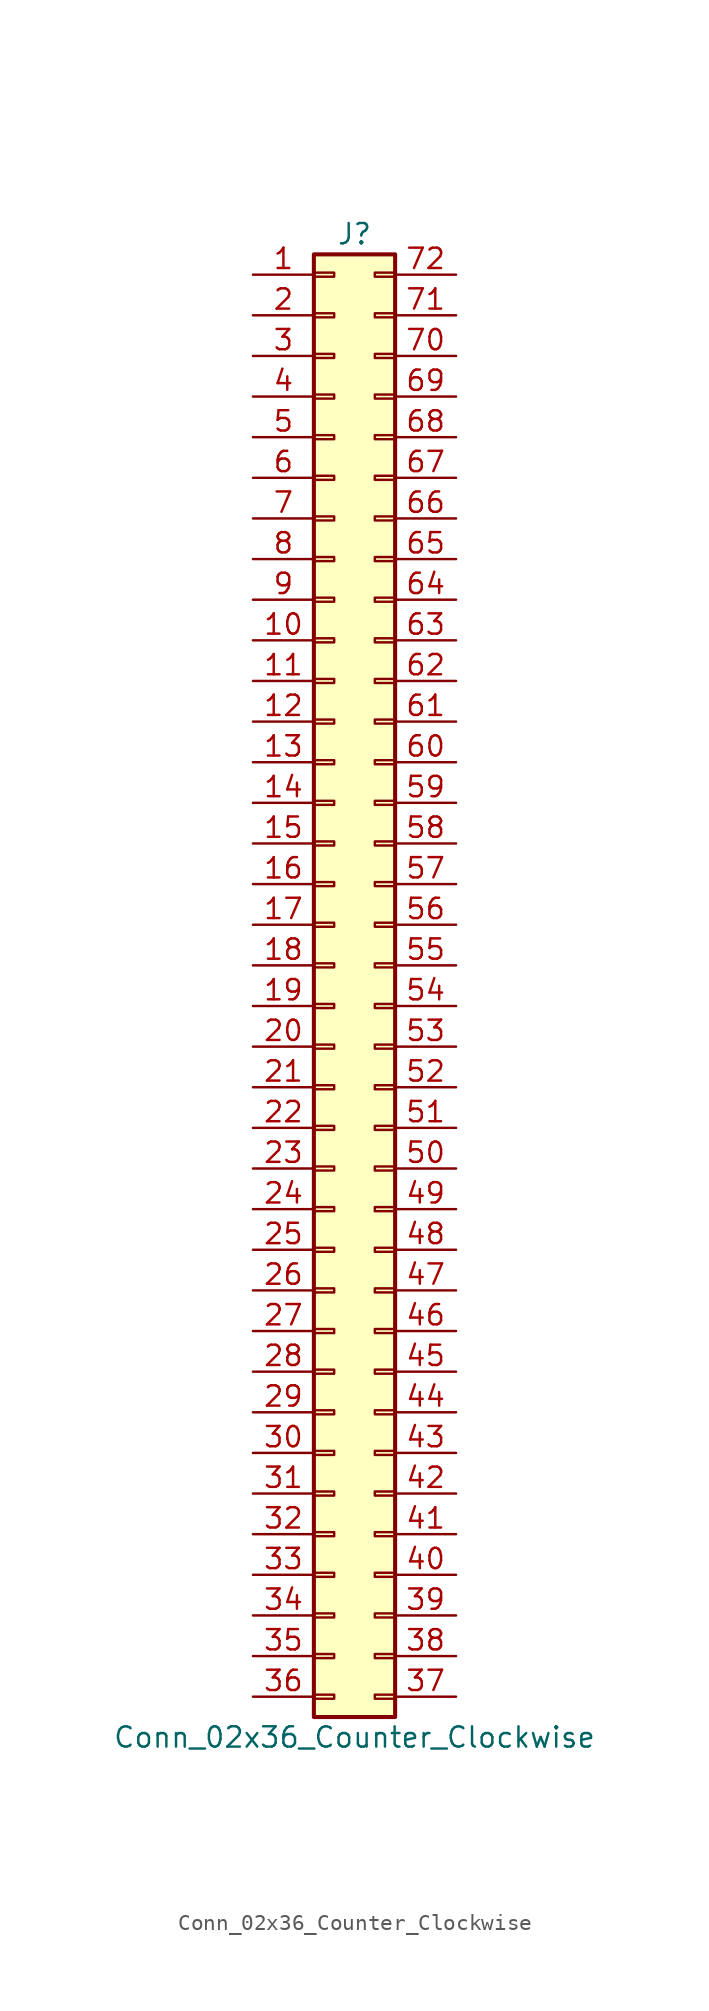
<source format=kicad_sym>
(kicad_symbol_lib
  (version 20211014)
  (generator kicad_symbol_editor)
  (symbol "Conn_02x36_Counter_Clockwise"
    (pin_names
      (offset 1.016) hide)
    (property "Reference" "J"
      (at 1.27 45.72 0)
      (effects (font (size 1.27 1.27))))
    (property "Value" "Conn_02x36_Counter_Clockwise"
      (at 1.27 -48.26 0)
      (effects (font (size 1.27 1.27))))
    (symbol "Conn_02x36_Counter_Clockwise_1_1"
      (rectangle (start -1.27 -45.593) (end 0 -45.847) (stroke (width 0.152) (type default) (color 0 0 0 0)) (fill (type none)))
      (rectangle (start -1.27 -43.053) (end 0 -43.307) (stroke (width 0.152) (type default) (color 0 0 0 0)) (fill (type none)))
      (rectangle (start -1.27 -40.513) (end 0 -40.767) (stroke (width 0.152) (type default) (color 0 0 0 0)) (fill (type none)))
      (rectangle (start -1.27 -37.973) (end 0 -38.227) (stroke (width 0.152) (type default) (color 0 0 0 0)) (fill (type none)))
      (rectangle (start -1.27 -35.433) (end 0 -35.687) (stroke (width 0.152) (type default) (color 0 0 0 0)) (fill (type none)))
      (rectangle (start -1.27 -32.893) (end 0 -33.147) (stroke (width 0.152) (type default) (color 0 0 0 0)) (fill (type none)))
      (rectangle (start -1.27 -30.353) (end 0 -30.607) (stroke (width 0.152) (type default) (color 0 0 0 0)) (fill (type none)))
      (rectangle (start -1.27 -27.813) (end 0 -28.067) (stroke (width 0.152) (type default) (color 0 0 0 0)) (fill (type none)))
      (rectangle (start -1.27 -25.273) (end 0 -25.527) (stroke (width 0.152) (type default) (color 0 0 0 0)) (fill (type none)))
      (rectangle (start -1.27 -22.733) (end 0 -22.987) (stroke (width 0.152) (type default) (color 0 0 0 0)) (fill (type none)))
      (rectangle (start -1.27 -20.193) (end 0 -20.447) (stroke (width 0.152) (type default) (color 0 0 0 0)) (fill (type none)))
      (rectangle (start -1.27 -17.653) (end 0 -17.907) (stroke (width 0.152) (type default) (color 0 0 0 0)) (fill (type none)))
      (rectangle (start -1.27 -15.113) (end 0 -15.367) (stroke (width 0.152) (type default) (color 0 0 0 0)) (fill (type none)))
      (rectangle (start -1.27 -12.573) (end 0 -12.827) (stroke (width 0.152) (type default) (color 0 0 0 0)) (fill (type none)))
      (rectangle (start -1.27 -10.033) (end 0 -10.287) (stroke (width 0.152) (type default) (color 0 0 0 0)) (fill (type none)))
      (rectangle (start -1.27 -7.493) (end 0 -7.747) (stroke (width 0.152) (type default) (color 0 0 0 0)) (fill (type none)))
      (rectangle (start -1.27 -4.953) (end 0 -5.207) (stroke (width 0.152) (type default) (color 0 0 0 0)) (fill (type none)))
      (rectangle (start -1.27 -2.413) (end 0 -2.667) (stroke (width 0.152) (type default) (color 0 0 0 0)) (fill (type none)))
      (rectangle (start -1.27 0.127) (end 0 -0.127) (stroke (width 0.152) (type default) (color 0 0 0 0)) (fill (type none)))
      (rectangle (start -1.27 2.667) (end 0 2.413) (stroke (width 0.152) (type default) (color 0 0 0 0)) (fill (type none)))
      (rectangle (start -1.27 5.207) (end 0 4.953) (stroke (width 0.152) (type default) (color 0 0 0 0)) (fill (type none)))
      (rectangle (start -1.27 7.747) (end 0 7.493) (stroke (width 0.152) (type default) (color 0 0 0 0)) (fill (type none)))
      (rectangle (start -1.27 10.287) (end 0 10.033) (stroke (width 0.152) (type default) (color 0 0 0 0)) (fill (type none)))
      (rectangle (start -1.27 12.827) (end 0 12.573) (stroke (width 0.152) (type default) (color 0 0 0 0)) (fill (type none)))
      (rectangle (start -1.27 15.367) (end 0 15.113) (stroke (width 0.152) (type default) (color 0 0 0 0)) (fill (type none)))
      (rectangle (start -1.27 17.907) (end 0 17.653) (stroke (width 0.152) (type default) (color 0 0 0 0)) (fill (type none)))
      (rectangle (start -1.27 20.447) (end 0 20.193) (stroke (width 0.152) (type default) (color 0 0 0 0)) (fill (type none)))
      (rectangle (start -1.27 22.987) (end 0 22.733) (stroke (width 0.152) (type default) (color 0 0 0 0)) (fill (type none)))
      (rectangle (start -1.27 25.527) (end 0 25.273) (stroke (width 0.152) (type default) (color 0 0 0 0)) (fill (type none)))
      (rectangle (start -1.27 28.067) (end 0 27.813) (stroke (width 0.152) (type default) (color 0 0 0 0)) (fill (type none)))
      (rectangle (start -1.27 30.607) (end 0 30.353) (stroke (width 0.152) (type default) (color 0 0 0 0)) (fill (type none)))
      (rectangle (start -1.27 33.147) (end 0 32.893) (stroke (width 0.152) (type default) (color 0 0 0 0)) (fill (type none)))
      (rectangle (start -1.27 35.687) (end 0 35.433) (stroke (width 0.152) (type default) (color 0 0 0 0)) (fill (type none)))
      (rectangle (start -1.27 38.227) (end 0 37.973) (stroke (width 0.152) (type default) (color 0 0 0 0)) (fill (type none)))
      (rectangle (start -1.27 40.767) (end 0 40.513) (stroke (width 0.152) (type default) (color 0 0 0 0)) (fill (type none)))
      (rectangle (start -1.27 43.307) (end 0 43.053) (stroke (width 0.152) (type default) (color 0 0 0 0)) (fill (type none)))
      (rectangle (start -1.27 44.45) (end 3.81 -46.99) (stroke (width 0.254) (type default) (color 0 0 0 0)) (fill (type background)))
      (rectangle (start 3.81 -45.593) (end 2.54 -45.847) (stroke (width 0.152) (type default) (color 0 0 0 0)) (fill (type none)))
      (rectangle (start 3.81 -43.053) (end 2.54 -43.307) (stroke (width 0.152) (type default) (color 0 0 0 0)) (fill (type none)))
      (rectangle (start 3.81 -40.513) (end 2.54 -40.767) (stroke (width 0.152) (type default) (color 0 0 0 0)) (fill (type none)))
      (rectangle (start 3.81 -37.973) (end 2.54 -38.227) (stroke (width 0.152) (type default) (color 0 0 0 0)) (fill (type none)))
      (rectangle (start 3.81 -35.433) (end 2.54 -35.687) (stroke (width 0.152) (type default) (color 0 0 0 0)) (fill (type none)))
      (rectangle (start 3.81 -32.893) (end 2.54 -33.147) (stroke (width 0.152) (type default) (color 0 0 0 0)) (fill (type none)))
      (rectangle (start 3.81 -30.353) (end 2.54 -30.607) (stroke (width 0.152) (type default) (color 0 0 0 0)) (fill (type none)))
      (rectangle (start 3.81 -27.813) (end 2.54 -28.067) (stroke (width 0.152) (type default) (color 0 0 0 0)) (fill (type none)))
      (rectangle (start 3.81 -25.273) (end 2.54 -25.527) (stroke (width 0.152) (type default) (color 0 0 0 0)) (fill (type none)))
      (rectangle (start 3.81 -22.733) (end 2.54 -22.987) (stroke (width 0.152) (type default) (color 0 0 0 0)) (fill (type none)))
      (rectangle (start 3.81 -20.193) (end 2.54 -20.447) (stroke (width 0.152) (type default) (color 0 0 0 0)) (fill (type none)))
      (rectangle (start 3.81 -17.653) (end 2.54 -17.907) (stroke (width 0.152) (type default) (color 0 0 0 0)) (fill (type none)))
      (rectangle (start 3.81 -15.113) (end 2.54 -15.367) (stroke (width 0.152) (type default) (color 0 0 0 0)) (fill (type none)))
      (rectangle (start 3.81 -12.573) (end 2.54 -12.827) (stroke (width 0.152) (type default) (color 0 0 0 0)) (fill (type none)))
      (rectangle (start 3.81 -10.033) (end 2.54 -10.287) (stroke (width 0.152) (type default) (color 0 0 0 0)) (fill (type none)))
      (rectangle (start 3.81 -7.493) (end 2.54 -7.747) (stroke (width 0.152) (type default) (color 0 0 0 0)) (fill (type none)))
      (rectangle (start 3.81 -4.953) (end 2.54 -5.207) (stroke (width 0.152) (type default) (color 0 0 0 0)) (fill (type none)))
      (rectangle (start 3.81 -2.413) (end 2.54 -2.667) (stroke (width 0.152) (type default) (color 0 0 0 0)) (fill (type none)))
      (rectangle (start 3.81 0.127) (end 2.54 -0.127) (stroke (width 0.152) (type default) (color 0 0 0 0)) (fill (type none)))
      (rectangle (start 3.81 2.667) (end 2.54 2.413) (stroke (width 0.152) (type default) (color 0 0 0 0)) (fill (type none)))
      (rectangle (start 3.81 5.207) (end 2.54 4.953) (stroke (width 0.152) (type default) (color 0 0 0 0)) (fill (type none)))
      (rectangle (start 3.81 7.747) (end 2.54 7.493) (stroke (width 0.152) (type default) (color 0 0 0 0)) (fill (type none)))
      (rectangle (start 3.81 10.287) (end 2.54 10.033) (stroke (width 0.152) (type default) (color 0 0 0 0)) (fill (type none)))
      (rectangle (start 3.81 12.827) (end 2.54 12.573) (stroke (width 0.152) (type default) (color 0 0 0 0)) (fill (type none)))
      (rectangle (start 3.81 15.367) (end 2.54 15.113) (stroke (width 0.152) (type default) (color 0 0 0 0)) (fill (type none)))
      (rectangle (start 3.81 17.907) (end 2.54 17.653) (stroke (width 0.152) (type default) (color 0 0 0 0)) (fill (type none)))
      (rectangle (start 3.81 20.447) (end 2.54 20.193) (stroke (width 0.152) (type default) (color 0 0 0 0)) (fill (type none)))
      (rectangle (start 3.81 22.987) (end 2.54 22.733) (stroke (width 0.152) (type default) (color 0 0 0 0)) (fill (type none)))
      (rectangle (start 3.81 25.527) (end 2.54 25.273) (stroke (width 0.152) (type default) (color 0 0 0 0)) (fill (type none)))
      (rectangle (start 3.81 28.067) (end 2.54 27.813) (stroke (width 0.152) (type default) (color 0 0 0 0)) (fill (type none)))
      (rectangle (start 3.81 30.607) (end 2.54 30.353) (stroke (width 0.152) (type default) (color 0 0 0 0)) (fill (type none)))
      (rectangle (start 3.81 33.147) (end 2.54 32.893) (stroke (width 0.152) (type default) (color 0 0 0 0)) (fill (type none)))
      (rectangle (start 3.81 35.687) (end 2.54 35.433) (stroke (width 0.152) (type default) (color 0 0 0 0)) (fill (type none)))
      (rectangle (start 3.81 38.227) (end 2.54 37.973) (stroke (width 0.152) (type default) (color 0 0 0 0)) (fill (type none)))
      (rectangle (start 3.81 40.767) (end 2.54 40.513) (stroke (width 0.152) (type default) (color 0 0 0 0)) (fill (type none)))
      (rectangle (start 3.81 43.307) (end 2.54 43.053) (stroke (width 0.152) (type default) (color 0 0 0 0)) (fill (type none)))
      (pin passive line (at -5.08 43.18 0) (length 3.81) (name "Pin_1" (effects (font (size 1.27 1.27)))) (number "1" (effects (font (size 1.27 1.27)))))
      (pin passive line (at -5.08 20.32 0) (length 3.81) (name "Pin_10" (effects (font (size 1.27 1.27)))) (number "10" (effects (font (size 1.27 1.27)))))
      (pin passive line (at -5.08 17.78 0) (length 3.81) (name "Pin_11" (effects (font (size 1.27 1.27)))) (number "11" (effects (font (size 1.27 1.27)))))
      (pin passive line (at -5.08 15.24 0) (length 3.81) (name "Pin_12" (effects (font (size 1.27 1.27)))) (number "12" (effects (font (size 1.27 1.27)))))
      (pin passive line (at -5.08 12.7 0) (length 3.81) (name "Pin_13" (effects (font (size 1.27 1.27)))) (number "13" (effects (font (size 1.27 1.27)))))
      (pin passive line (at -5.08 10.16 0) (length 3.81) (name "Pin_14" (effects (font (size 1.27 1.27)))) (number "14" (effects (font (size 1.27 1.27)))))
      (pin passive line (at -5.08 7.62 0) (length 3.81) (name "Pin_15" (effects (font (size 1.27 1.27)))) (number "15" (effects (font (size 1.27 1.27)))))
      (pin passive line (at -5.08 5.08 0) (length 3.81) (name "Pin_16" (effects (font (size 1.27 1.27)))) (number "16" (effects (font (size 1.27 1.27)))))
      (pin passive line (at -5.08 2.54 0) (length 3.81) (name "Pin_17" (effects (font (size 1.27 1.27)))) (number "17" (effects (font (size 1.27 1.27)))))
      (pin passive line (at -5.08 0 0) (length 3.81) (name "Pin_18" (effects (font (size 1.27 1.27)))) (number "18" (effects (font (size 1.27 1.27)))))
      (pin passive line (at -5.08 -2.54 0) (length 3.81) (name "Pin_19" (effects (font (size 1.27 1.27)))) (number "19" (effects (font (size 1.27 1.27)))))
      (pin passive line (at -5.08 40.64 0) (length 3.81) (name "Pin_2" (effects (font (size 1.27 1.27)))) (number "2" (effects (font (size 1.27 1.27)))))
      (pin passive line (at -5.08 -5.08 0) (length 3.81) (name "Pin_20" (effects (font (size 1.27 1.27)))) (number "20" (effects (font (size 1.27 1.27)))))
      (pin passive line (at -5.08 -7.62 0) (length 3.81) (name "Pin_21" (effects (font (size 1.27 1.27)))) (number "21" (effects (font (size 1.27 1.27)))))
      (pin passive line (at -5.08 -10.16 0) (length 3.81) (name "Pin_22" (effects (font (size 1.27 1.27)))) (number "22" (effects (font (size 1.27 1.27)))))
      (pin passive line (at -5.08 -12.7 0) (length 3.81) (name "Pin_23" (effects (font (size 1.27 1.27)))) (number "23" (effects (font (size 1.27 1.27)))))
      (pin passive line (at -5.08 -15.24 0) (length 3.81) (name "Pin_24" (effects (font (size 1.27 1.27)))) (number "24" (effects (font (size 1.27 1.27)))))
      (pin passive line (at -5.08 -17.78 0) (length 3.81) (name "Pin_25" (effects (font (size 1.27 1.27)))) (number "25" (effects (font (size 1.27 1.27)))))
      (pin passive line (at -5.08 -20.32 0) (length 3.81) (name "Pin_26" (effects (font (size 1.27 1.27)))) (number "26" (effects (font (size 1.27 1.27)))))
      (pin passive line (at -5.08 -22.86 0) (length 3.81) (name "Pin_27" (effects (font (size 1.27 1.27)))) (number "27" (effects (font (size 1.27 1.27)))))
      (pin passive line (at -5.08 -25.4 0) (length 3.81) (name "Pin_28" (effects (font (size 1.27 1.27)))) (number "28" (effects (font (size 1.27 1.27)))))
      (pin passive line (at -5.08 -27.94 0) (length 3.81) (name "Pin_29" (effects (font (size 1.27 1.27)))) (number "29" (effects (font (size 1.27 1.27)))))
      (pin passive line (at -5.08 38.1 0) (length 3.81) (name "Pin_3" (effects (font (size 1.27 1.27)))) (number "3" (effects (font (size 1.27 1.27)))))
      (pin passive line (at -5.08 -30.48 0) (length 3.81) (name "Pin_30" (effects (font (size 1.27 1.27)))) (number "30" (effects (font (size 1.27 1.27)))))
      (pin passive line (at -5.08 -33.02 0) (length 3.81) (name "Pin_31" (effects (font (size 1.27 1.27)))) (number "31" (effects (font (size 1.27 1.27)))))
      (pin passive line (at -5.08 -35.56 0) (length 3.81) (name "Pin_32" (effects (font (size 1.27 1.27)))) (number "32" (effects (font (size 1.27 1.27)))))
      (pin passive line (at -5.08 -38.1 0) (length 3.81) (name "Pin_33" (effects (font (size 1.27 1.27)))) (number "33" (effects (font (size 1.27 1.27)))))
      (pin passive line (at -5.08 -40.64 0) (length 3.81) (name "Pin_34" (effects (font (size 1.27 1.27)))) (number "34" (effects (font (size 1.27 1.27)))))
      (pin passive line (at -5.08 -43.18 0) (length 3.81) (name "Pin_35" (effects (font (size 1.27 1.27)))) (number "35" (effects (font (size 1.27 1.27)))))
      (pin passive line (at -5.08 -45.72 0) (length 3.81) (name "Pin_36" (effects (font (size 1.27 1.27)))) (number "36" (effects (font (size 1.27 1.27)))))
      (pin passive line (at 7.62 -45.72 180) (length 3.81) (name "Pin_37" (effects (font (size 1.27 1.27)))) (number "37" (effects (font (size 1.27 1.27)))))
      (pin passive line (at 7.62 -43.18 180) (length 3.81) (name "Pin_38" (effects (font (size 1.27 1.27)))) (number "38" (effects (font (size 1.27 1.27)))))
      (pin passive line (at 7.62 -40.64 180) (length 3.81) (name "Pin_39" (effects (font (size 1.27 1.27)))) (number "39" (effects (font (size 1.27 1.27)))))
      (pin passive line (at -5.08 35.56 0) (length 3.81) (name "Pin_4" (effects (font (size 1.27 1.27)))) (number "4" (effects (font (size 1.27 1.27)))))
      (pin passive line (at 7.62 -38.1 180) (length 3.81) (name "Pin_40" (effects (font (size 1.27 1.27)))) (number "40" (effects (font (size 1.27 1.27)))))
      (pin passive line (at 7.62 -35.56 180) (length 3.81) (name "Pin_41" (effects (font (size 1.27 1.27)))) (number "41" (effects (font (size 1.27 1.27)))))
      (pin passive line (at 7.62 -33.02 180) (length 3.81) (name "Pin_42" (effects (font (size 1.27 1.27)))) (number "42" (effects (font (size 1.27 1.27)))))
      (pin passive line (at 7.62 -30.48 180) (length 3.81) (name "Pin_43" (effects (font (size 1.27 1.27)))) (number "43" (effects (font (size 1.27 1.27)))))
      (pin passive line (at 7.62 -27.94 180) (length 3.81) (name "Pin_44" (effects (font (size 1.27 1.27)))) (number "44" (effects (font (size 1.27 1.27)))))
      (pin passive line (at 7.62 -25.4 180) (length 3.81) (name "Pin_45" (effects (font (size 1.27 1.27)))) (number "45" (effects (font (size 1.27 1.27)))))
      (pin passive line (at 7.62 -22.86 180) (length 3.81) (name "Pin_46" (effects (font (size 1.27 1.27)))) (number "46" (effects (font (size 1.27 1.27)))))
      (pin passive line (at 7.62 -20.32 180) (length 3.81) (name "Pin_47" (effects (font (size 1.27 1.27)))) (number "47" (effects (font (size 1.27 1.27)))))
      (pin passive line (at 7.62 -17.78 180) (length 3.81) (name "Pin_48" (effects (font (size 1.27 1.27)))) (number "48" (effects (font (size 1.27 1.27)))))
      (pin passive line (at 7.62 -15.24 180) (length 3.81) (name "Pin_49" (effects (font (size 1.27 1.27)))) (number "49" (effects (font (size 1.27 1.27)))))
      (pin passive line (at -5.08 33.02 0) (length 3.81) (name "Pin_5" (effects (font (size 1.27 1.27)))) (number "5" (effects (font (size 1.27 1.27)))))
      (pin passive line (at 7.62 -12.7 180) (length 3.81) (name "Pin_50" (effects (font (size 1.27 1.27)))) (number "50" (effects (font (size 1.27 1.27)))))
      (pin passive line (at 7.62 -10.16 180) (length 3.81) (name "Pin_51" (effects (font (size 1.27 1.27)))) (number "51" (effects (font (size 1.27 1.27)))))
      (pin passive line (at 7.62 -7.62 180) (length 3.81) (name "Pin_52" (effects (font (size 1.27 1.27)))) (number "52" (effects (font (size 1.27 1.27)))))
      (pin passive line (at 7.62 -5.08 180) (length 3.81) (name "Pin_53" (effects (font (size 1.27 1.27)))) (number "53" (effects (font (size 1.27 1.27)))))
      (pin passive line (at 7.62 -2.54 180) (length 3.81) (name "Pin_54" (effects (font (size 1.27 1.27)))) (number "54" (effects (font (size 1.27 1.27)))))
      (pin passive line (at 7.62 0 180) (length 3.81) (name "Pin_55" (effects (font (size 1.27 1.27)))) (number "55" (effects (font (size 1.27 1.27)))))
      (pin passive line (at 7.62 2.54 180) (length 3.81) (name "Pin_56" (effects (font (size 1.27 1.27)))) (number "56" (effects (font (size 1.27 1.27)))))
      (pin passive line (at 7.62 5.08 180) (length 3.81) (name "Pin_57" (effects (font (size 1.27 1.27)))) (number "57" (effects (font (size 1.27 1.27)))))
      (pin passive line (at 7.62 7.62 180) (length 3.81) (name "Pin_58" (effects (font (size 1.27 1.27)))) (number "58" (effects (font (size 1.27 1.27)))))
      (pin passive line (at 7.62 10.16 180) (length 3.81) (name "Pin_59" (effects (font (size 1.27 1.27)))) (number "59" (effects (font (size 1.27 1.27)))))
      (pin passive line (at -5.08 30.48 0) (length 3.81) (name "Pin_6" (effects (font (size 1.27 1.27)))) (number "6" (effects (font (size 1.27 1.27)))))
      (pin passive line (at 7.62 12.7 180) (length 3.81) (name "Pin_60" (effects (font (size 1.27 1.27)))) (number "60" (effects (font (size 1.27 1.27)))))
      (pin passive line (at 7.62 15.24 180) (length 3.81) (name "Pin_61" (effects (font (size 1.27 1.27)))) (number "61" (effects (font (size 1.27 1.27)))))
      (pin passive line (at 7.62 17.78 180) (length 3.81) (name "Pin_62" (effects (font (size 1.27 1.27)))) (number "62" (effects (font (size 1.27 1.27)))))
      (pin passive line (at 7.62 20.32 180) (length 3.81) (name "Pin_63" (effects (font (size 1.27 1.27)))) (number "63" (effects (font (size 1.27 1.27)))))
      (pin passive line (at 7.62 22.86 180) (length 3.81) (name "Pin_64" (effects (font (size 1.27 1.27)))) (number "64" (effects (font (size 1.27 1.27)))))
      (pin passive line (at 7.62 25.4 180) (length 3.81) (name "Pin_65" (effects (font (size 1.27 1.27)))) (number "65" (effects (font (size 1.27 1.27)))))
      (pin passive line (at 7.62 27.94 180) (length 3.81) (name "Pin_66" (effects (font (size 1.27 1.27)))) (number "66" (effects (font (size 1.27 1.27)))))
      (pin passive line (at 7.62 30.48 180) (length 3.81) (name "Pin_67" (effects (font (size 1.27 1.27)))) (number "67" (effects (font (size 1.27 1.27)))))
      (pin passive line (at 7.62 33.02 180) (length 3.81) (name "Pin_68" (effects (font (size 1.27 1.27)))) (number "68" (effects (font (size 1.27 1.27)))))
      (pin passive line (at 7.62 35.56 180) (length 3.81) (name "Pin_69" (effects (font (size 1.27 1.27)))) (number "69" (effects (font (size 1.27 1.27)))))
      (pin passive line (at -5.08 27.94 0) (length 3.81) (name "Pin_7" (effects (font (size 1.27 1.27)))) (number "7" (effects (font (size 1.27 1.27)))))
      (pin passive line (at 7.62 38.1 180) (length 3.81) (name "Pin_70" (effects (font (size 1.27 1.27)))) (number "70" (effects (font (size 1.27 1.27)))))
      (pin passive line (at 7.62 40.64 180) (length 3.81) (name "Pin_71" (effects (font (size 1.27 1.27)))) (number "71" (effects (font (size 1.27 1.27)))))
      (pin passive line (at 7.62 43.18 180) (length 3.81) (name "Pin_72" (effects (font (size 1.27 1.27)))) (number "72" (effects (font (size 1.27 1.27)))))
      (pin passive line (at -5.08 25.4 0) (length 3.81) (name "Pin_8" (effects (font (size 1.27 1.27)))) (number "8" (effects (font (size 1.27 1.27)))))
      (pin passive line (at -5.08 22.86 0) (length 3.81) (name "Pin_9" (effects (font (size 1.27 1.27)))) (number "9" (effects (font (size 1.27 1.27))))))))
</source>
